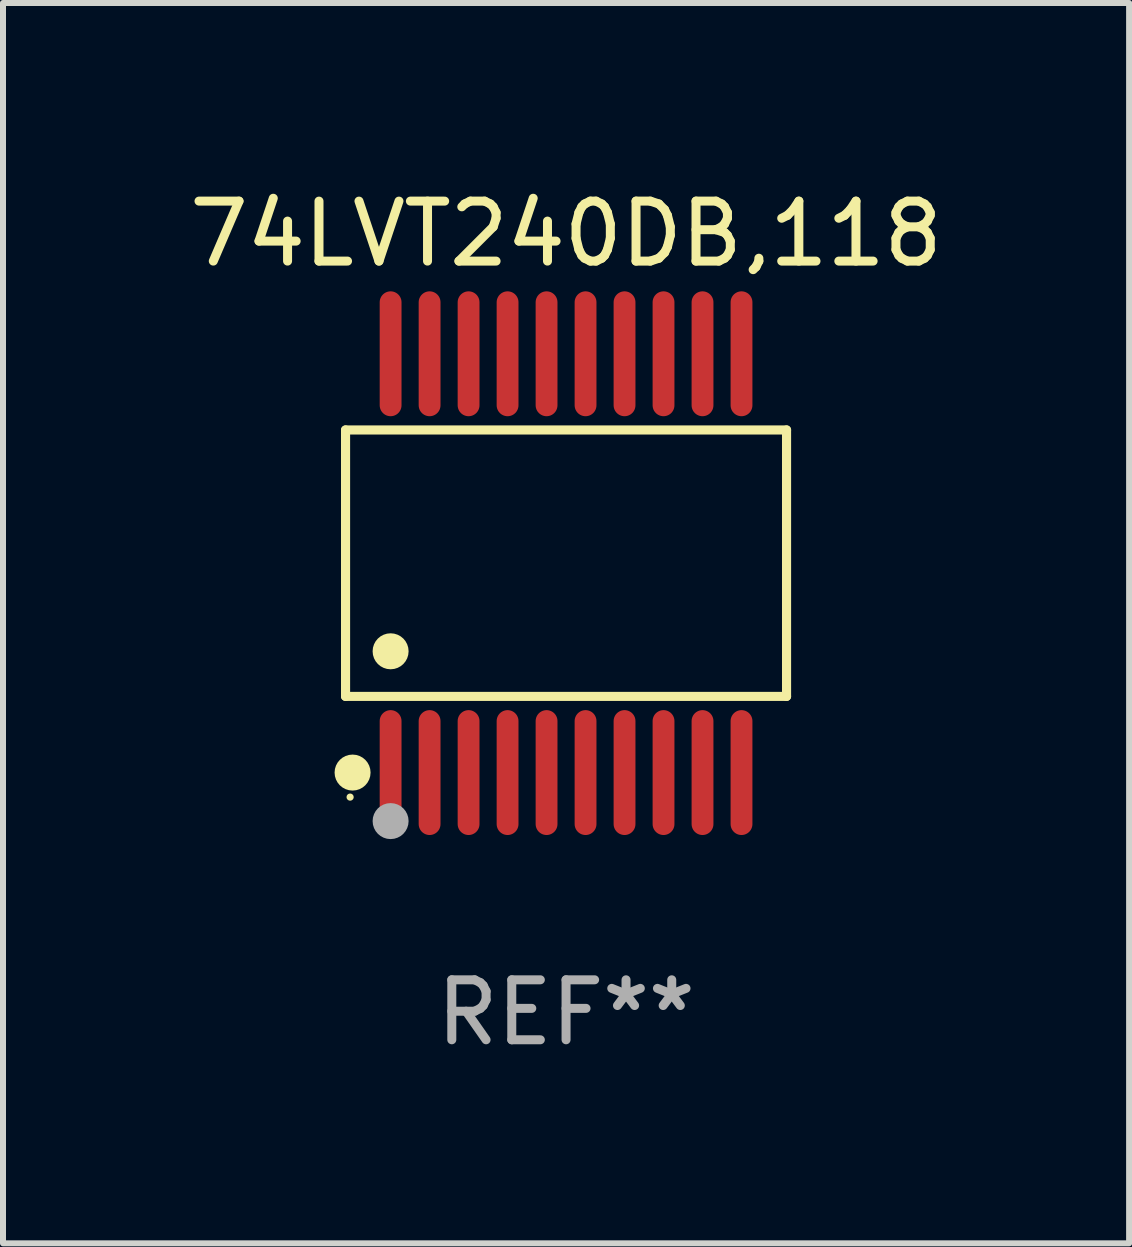
<source format=kicad_pcb>
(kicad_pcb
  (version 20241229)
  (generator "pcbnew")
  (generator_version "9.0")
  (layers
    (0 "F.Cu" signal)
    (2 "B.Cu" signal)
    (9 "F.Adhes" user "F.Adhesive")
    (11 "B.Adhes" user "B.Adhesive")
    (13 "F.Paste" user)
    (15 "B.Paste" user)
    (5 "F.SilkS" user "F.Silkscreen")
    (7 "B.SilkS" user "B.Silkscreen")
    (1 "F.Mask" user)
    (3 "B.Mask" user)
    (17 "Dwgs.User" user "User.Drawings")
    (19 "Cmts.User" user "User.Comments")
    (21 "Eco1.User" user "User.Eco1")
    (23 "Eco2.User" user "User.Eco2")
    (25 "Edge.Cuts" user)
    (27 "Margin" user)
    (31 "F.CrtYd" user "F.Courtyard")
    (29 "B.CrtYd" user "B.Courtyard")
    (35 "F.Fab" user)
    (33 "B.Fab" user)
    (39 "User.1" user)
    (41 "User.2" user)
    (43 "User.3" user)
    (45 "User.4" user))
  (footprint "74LVT240DB,118"
    (layer "F.Cu")
    (at 6.387 6.339)
    (property "Reference" "74LVT240DB,118" (at 0 -5.491 0) (layer "F.SilkS") (effects (font (size 1 1) (thickness 0.15))))
    (attr through_hole)
    (fp_line (start -3.676 -2.221) (end 3.676 -2.221) (stroke (width 0.152) (type solid)) (layer "F.SilkS"))
    (fp_line (start -3.676 2.221) (end -3.676 -2.221) (stroke (width 0.152) (type solid)) (layer "F.SilkS"))
    (fp_line (start 3.676 -2.221) (end 3.676 2.221) (stroke (width 0.152) (type solid)) (layer "F.SilkS"))
    (fp_line (start 3.676 2.221) (end -3.676 2.221) (stroke (width 0.152) (type solid)) (layer "F.SilkS"))
    (fp_circle (center -3.6 3.9) (end -3.57 3.9) (stroke (width 0.06) (type solid)) (fill no) (layer "F.SilkS"))
    (fp_circle (center -3.559 3.491) (end -3.409 3.491) (stroke (width 0.3) (type solid)) (fill no) (layer "F.SilkS"))
    (fp_circle (center -2.925 1.469) (end -2.775 1.469) (stroke (width 0.3) (type solid)) (fill no) (layer "F.SilkS"))
    (fp_circle (center -2.925 4.3) (end -2.775 4.3) (stroke (width 0.3) (type solid)) (fill no) (layer "F.Fab"))
    (fp_text user "REF**" (at 0 7.491 0) (layer "F.Fab") (effects (font (size 1 1) (thickness 0.15))))
    (pad "1" smd oval (at -2.925 3.491) (size 0.364 2.082) (layers "F.Cu" "F.Mask" "F.Paste"))
    (pad "2" smd oval (at -2.275 3.491) (size 0.364 2.082) (layers "F.Cu" "F.Mask" "F.Paste"))
    (pad "3" smd oval (at -1.625 3.491) (size 0.364 2.082) (layers "F.Cu" "F.Mask" "F.Paste"))
    (pad "4" smd oval (at -0.975 3.491) (size 0.364 2.082) (layers "F.Cu" "F.Mask" "F.Paste"))
    (pad "5" smd oval (at -0.325 3.491) (size 0.364 2.082) (layers "F.Cu" "F.Mask" "F.Paste"))
    (pad "6" smd oval (at 0.325 3.491) (size 0.364 2.082) (layers "F.Cu" "F.Mask" "F.Paste"))
    (pad "7" smd oval (at 0.975 3.491) (size 0.364 2.082) (layers "F.Cu" "F.Mask" "F.Paste"))
    (pad "8" smd oval (at 1.625 3.491) (size 0.364 2.082) (layers "F.Cu" "F.Mask" "F.Paste"))
    (pad "9" smd oval (at 2.275 3.491) (size 0.364 2.082) (layers "F.Cu" "F.Mask" "F.Paste"))
    (pad "10" smd oval (at 2.925 3.491) (size 0.364 2.082) (layers "F.Cu" "F.Mask" "F.Paste"))
    (pad "11" smd oval (at 2.925 -3.491) (size 0.364 2.082) (layers "F.Cu" "F.Mask" "F.Paste"))
    (pad "12" smd oval (at 2.275 -3.491) (size 0.364 2.082) (layers "F.Cu" "F.Mask" "F.Paste"))
    (pad "13" smd oval (at 1.625 -3.491) (size 0.364 2.082) (layers "F.Cu" "F.Mask" "F.Paste"))
    (pad "14" smd oval (at 0.975 -3.491) (size 0.364 2.082) (layers "F.Cu" "F.Mask" "F.Paste"))
    (pad "15" smd oval (at 0.325 -3.491) (size 0.364 2.082) (layers "F.Cu" "F.Mask" "F.Paste"))
    (pad "16" smd oval (at -0.325 -3.491) (size 0.364 2.082) (layers "F.Cu" "F.Mask" "F.Paste"))
    (pad "17" smd oval (at -0.975 -3.491) (size 0.364 2.082) (layers "F.Cu" "F.Mask" "F.Paste"))
    (pad "18" smd oval (at -1.625 -3.491) (size 0.364 2.082) (layers "F.Cu" "F.Mask" "F.Paste"))
    (pad "19" smd oval (at -2.275 -3.491) (size 0.364 2.082) (layers "F.Cu" "F.Mask" "F.Paste"))
    (pad "20" smd oval (at -2.925 -3.491) (size 0.364 2.082) (layers "F.Cu" "F.Mask" "F.Paste")))
  (gr_rect
    (start -3 -3)
    (end 15.774 17.678)
    (stroke (width 0.1) (type default))
    (fill no)
    (layer "Edge.Cuts")))
</source>
